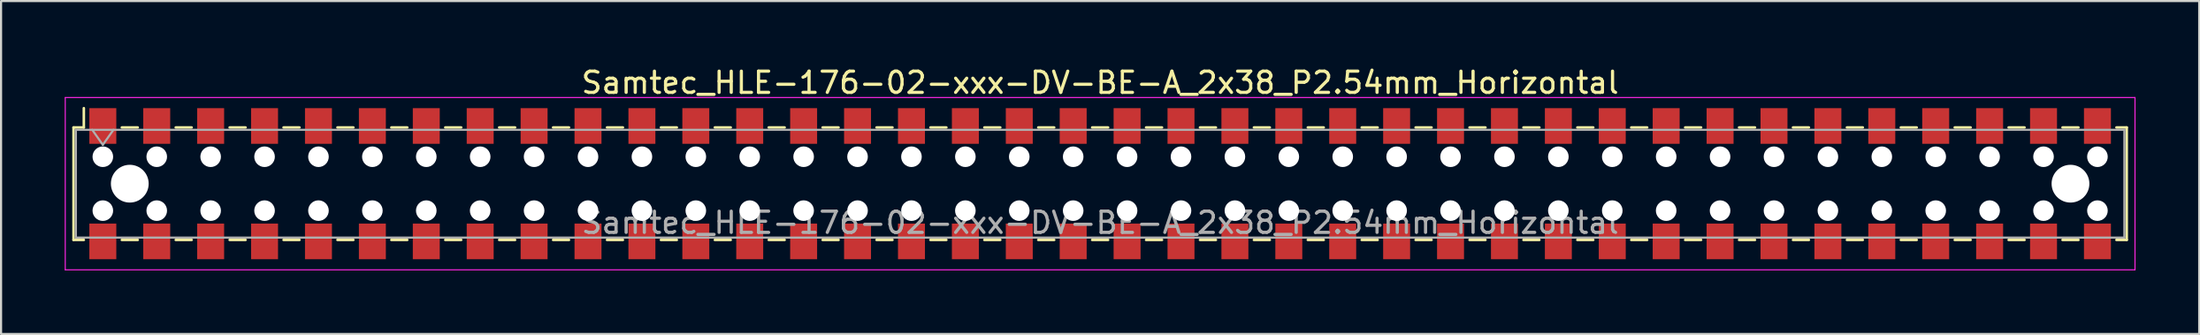
<source format=kicad_pcb>
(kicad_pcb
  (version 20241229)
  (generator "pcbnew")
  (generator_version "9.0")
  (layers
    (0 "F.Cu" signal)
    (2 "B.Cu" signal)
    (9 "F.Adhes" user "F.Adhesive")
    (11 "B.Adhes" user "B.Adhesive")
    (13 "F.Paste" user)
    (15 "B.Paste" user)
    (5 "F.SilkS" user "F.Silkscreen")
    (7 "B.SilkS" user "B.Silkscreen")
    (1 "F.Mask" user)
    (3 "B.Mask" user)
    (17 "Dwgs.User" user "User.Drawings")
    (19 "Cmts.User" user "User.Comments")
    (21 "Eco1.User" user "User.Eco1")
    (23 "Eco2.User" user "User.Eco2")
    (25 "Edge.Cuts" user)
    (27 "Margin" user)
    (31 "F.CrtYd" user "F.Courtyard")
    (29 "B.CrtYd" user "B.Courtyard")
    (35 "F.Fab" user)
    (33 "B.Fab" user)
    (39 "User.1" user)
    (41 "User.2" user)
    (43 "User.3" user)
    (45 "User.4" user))
  (footprint "Samtec_HLE-176-02-xxx-DV-BE-A_2x38_P2.54mm_Horizontal"
    (layer "F.Cu")
    (at 48.785 5.608)
    (property "Reference" "Samtec_HLE-176-02-xxx-DV-BE-A_2x38_P2.54mm_Horizontal" (at 0 -4.76 0) (layer "F.SilkS") (effects (font (size 1 1) (thickness 0.15))))
    (attr smd)
    (fp_line (start -48.37 -2.65) (end -48.37 2.65) (stroke (width 0.12) (type solid)) (layer "F.SilkS"))
    (fp_line (start -48.37 2.65) (end -47.885 2.65) (stroke (width 0.12) (type solid)) (layer "F.SilkS"))
    (fp_line (start -47.885 -3.56) (end -47.885 -2.65) (stroke (width 0.12) (type solid)) (layer "F.SilkS"))
    (fp_line (start -47.885 -2.65) (end -48.37 -2.65) (stroke (width 0.12) (type solid)) (layer "F.SilkS"))
    (fp_line (start -46.095 -2.65) (end -45.345 -2.65) (stroke (width 0.12) (type solid)) (layer "F.SilkS"))
    (fp_line (start -46.095 2.65) (end -45.345 2.65) (stroke (width 0.12) (type solid)) (layer "F.SilkS"))
    (fp_line (start -43.555 -2.65) (end -42.805 -2.65) (stroke (width 0.12) (type solid)) (layer "F.SilkS"))
    (fp_line (start -43.555 2.65) (end -42.805 2.65) (stroke (width 0.12) (type solid)) (layer "F.SilkS"))
    (fp_line (start -41.015 -2.65) (end -40.265 -2.65) (stroke (width 0.12) (type solid)) (layer "F.SilkS"))
    (fp_line (start -41.015 2.65) (end -40.265 2.65) (stroke (width 0.12) (type solid)) (layer "F.SilkS"))
    (fp_line (start -38.475 -2.65) (end -37.725 -2.65) (stroke (width 0.12) (type solid)) (layer "F.SilkS"))
    (fp_line (start -38.475 2.65) (end -37.725 2.65) (stroke (width 0.12) (type solid)) (layer "F.SilkS"))
    (fp_line (start -35.935 -2.65) (end -35.185 -2.65) (stroke (width 0.12) (type solid)) (layer "F.SilkS"))
    (fp_line (start -35.935 2.65) (end -35.185 2.65) (stroke (width 0.12) (type solid)) (layer "F.SilkS"))
    (fp_line (start -33.395 -2.65) (end -32.645 -2.65) (stroke (width 0.12) (type solid)) (layer "F.SilkS"))
    (fp_line (start -33.395 2.65) (end -32.645 2.65) (stroke (width 0.12) (type solid)) (layer "F.SilkS"))
    (fp_line (start -30.855 -2.65) (end -30.105 -2.65) (stroke (width 0.12) (type solid)) (layer "F.SilkS"))
    (fp_line (start -30.855 2.65) (end -30.105 2.65) (stroke (width 0.12) (type solid)) (layer "F.SilkS"))
    (fp_line (start -28.315 -2.65) (end -27.565 -2.65) (stroke (width 0.12) (type solid)) (layer "F.SilkS"))
    (fp_line (start -28.315 2.65) (end -27.565 2.65) (stroke (width 0.12) (type solid)) (layer "F.SilkS"))
    (fp_line (start -25.775 -2.65) (end -25.025 -2.65) (stroke (width 0.12) (type solid)) (layer "F.SilkS"))
    (fp_line (start -25.775 2.65) (end -25.025 2.65) (stroke (width 0.12) (type solid)) (layer "F.SilkS"))
    (fp_line (start -23.235 -2.65) (end -22.485 -2.65) (stroke (width 0.12) (type solid)) (layer "F.SilkS"))
    (fp_line (start -23.235 2.65) (end -22.485 2.65) (stroke (width 0.12) (type solid)) (layer "F.SilkS"))
    (fp_line (start -20.695 -2.65) (end -19.945 -2.65) (stroke (width 0.12) (type solid)) (layer "F.SilkS"))
    (fp_line (start -20.695 2.65) (end -19.945 2.65) (stroke (width 0.12) (type solid)) (layer "F.SilkS"))
    (fp_line (start -18.155 -2.65) (end -17.405 -2.65) (stroke (width 0.12) (type solid)) (layer "F.SilkS"))
    (fp_line (start -18.155 2.65) (end -17.405 2.65) (stroke (width 0.12) (type solid)) (layer "F.SilkS"))
    (fp_line (start -15.615 -2.65) (end -14.865 -2.65) (stroke (width 0.12) (type solid)) (layer "F.SilkS"))
    (fp_line (start -15.615 2.65) (end -14.865 2.65) (stroke (width 0.12) (type solid)) (layer "F.SilkS"))
    (fp_line (start -13.075 -2.65) (end -12.325 -2.65) (stroke (width 0.12) (type solid)) (layer "F.SilkS"))
    (fp_line (start -13.075 2.65) (end -12.325 2.65) (stroke (width 0.12) (type solid)) (layer "F.SilkS"))
    (fp_line (start -10.535 -2.65) (end -9.785 -2.65) (stroke (width 0.12) (type solid)) (layer "F.SilkS"))
    (fp_line (start -10.535 2.65) (end -9.785 2.65) (stroke (width 0.12) (type solid)) (layer "F.SilkS"))
    (fp_line (start -7.995 -2.65) (end -7.245 -2.65) (stroke (width 0.12) (type solid)) (layer "F.SilkS"))
    (fp_line (start -7.995 2.65) (end -7.245 2.65) (stroke (width 0.12) (type solid)) (layer "F.SilkS"))
    (fp_line (start -5.455 -2.65) (end -4.705 -2.65) (stroke (width 0.12) (type solid)) (layer "F.SilkS"))
    (fp_line (start -5.455 2.65) (end -4.705 2.65) (stroke (width 0.12) (type solid)) (layer "F.SilkS"))
    (fp_line (start -2.915 -2.65) (end -2.165 -2.65) (stroke (width 0.12) (type solid)) (layer "F.SilkS"))
    (fp_line (start -2.915 2.65) (end -2.165 2.65) (stroke (width 0.12) (type solid)) (layer "F.SilkS"))
    (fp_line (start -0.375 -2.65) (end 0.375 -2.65) (stroke (width 0.12) (type solid)) (layer "F.SilkS"))
    (fp_line (start -0.375 2.65) (end 0.375 2.65) (stroke (width 0.12) (type solid)) (layer "F.SilkS"))
    (fp_line (start 2.165 -2.65) (end 2.915 -2.65) (stroke (width 0.12) (type solid)) (layer "F.SilkS"))
    (fp_line (start 2.165 2.65) (end 2.915 2.65) (stroke (width 0.12) (type solid)) (layer "F.SilkS"))
    (fp_line (start 4.705 -2.65) (end 5.455 -2.65) (stroke (width 0.12) (type solid)) (layer "F.SilkS"))
    (fp_line (start 4.705 2.65) (end 5.455 2.65) (stroke (width 0.12) (type solid)) (layer "F.SilkS"))
    (fp_line (start 7.245 -2.65) (end 7.995 -2.65) (stroke (width 0.12) (type solid)) (layer "F.SilkS"))
    (fp_line (start 7.245 2.65) (end 7.995 2.65) (stroke (width 0.12) (type solid)) (layer "F.SilkS"))
    (fp_line (start 9.785 -2.65) (end 10.535 -2.65) (stroke (width 0.12) (type solid)) (layer "F.SilkS"))
    (fp_line (start 9.785 2.65) (end 10.535 2.65) (stroke (width 0.12) (type solid)) (layer "F.SilkS"))
    (fp_line (start 12.325 -2.65) (end 13.075 -2.65) (stroke (width 0.12) (type solid)) (layer "F.SilkS"))
    (fp_line (start 12.325 2.65) (end 13.075 2.65) (stroke (width 0.12) (type solid)) (layer "F.SilkS"))
    (fp_line (start 14.865 -2.65) (end 15.615 -2.65) (stroke (width 0.12) (type solid)) (layer "F.SilkS"))
    (fp_line (start 14.865 2.65) (end 15.615 2.65) (stroke (width 0.12) (type solid)) (layer "F.SilkS"))
    (fp_line (start 17.405 -2.65) (end 18.155 -2.65) (stroke (width 0.12) (type solid)) (layer "F.SilkS"))
    (fp_line (start 17.405 2.65) (end 18.155 2.65) (stroke (width 0.12) (type solid)) (layer "F.SilkS"))
    (fp_line (start 19.945 -2.65) (end 20.695 -2.65) (stroke (width 0.12) (type solid)) (layer "F.SilkS"))
    (fp_line (start 19.945 2.65) (end 20.695 2.65) (stroke (width 0.12) (type solid)) (layer "F.SilkS"))
    (fp_line (start 22.485 -2.65) (end 23.235 -2.65) (stroke (width 0.12) (type solid)) (layer "F.SilkS"))
    (fp_line (start 22.485 2.65) (end 23.235 2.65) (stroke (width 0.12) (type solid)) (layer "F.SilkS"))
    (fp_line (start 25.025 -2.65) (end 25.775 -2.65) (stroke (width 0.12) (type solid)) (layer "F.SilkS"))
    (fp_line (start 25.025 2.65) (end 25.775 2.65) (stroke (width 0.12) (type solid)) (layer "F.SilkS"))
    (fp_line (start 27.565 -2.65) (end 28.315 -2.65) (stroke (width 0.12) (type solid)) (layer "F.SilkS"))
    (fp_line (start 27.565 2.65) (end 28.315 2.65) (stroke (width 0.12) (type solid)) (layer "F.SilkS"))
    (fp_line (start 30.105 -2.65) (end 30.855 -2.65) (stroke (width 0.12) (type solid)) (layer "F.SilkS"))
    (fp_line (start 30.105 2.65) (end 30.855 2.65) (stroke (width 0.12) (type solid)) (layer "F.SilkS"))
    (fp_line (start 32.645 -2.65) (end 33.395 -2.65) (stroke (width 0.12) (type solid)) (layer "F.SilkS"))
    (fp_line (start 32.645 2.65) (end 33.395 2.65) (stroke (width 0.12) (type solid)) (layer "F.SilkS"))
    (fp_line (start 35.185 -2.65) (end 35.935 -2.65) (stroke (width 0.12) (type solid)) (layer "F.SilkS"))
    (fp_line (start 35.185 2.65) (end 35.935 2.65) (stroke (width 0.12) (type solid)) (layer "F.SilkS"))
    (fp_line (start 37.725 -2.65) (end 38.475 -2.65) (stroke (width 0.12) (type solid)) (layer "F.SilkS"))
    (fp_line (start 37.725 2.65) (end 38.475 2.65) (stroke (width 0.12) (type solid)) (layer "F.SilkS"))
    (fp_line (start 40.265 -2.65) (end 41.015 -2.65) (stroke (width 0.12) (type solid)) (layer "F.SilkS"))
    (fp_line (start 40.265 2.65) (end 41.015 2.65) (stroke (width 0.12) (type solid)) (layer "F.SilkS"))
    (fp_line (start 42.805 -2.65) (end 43.555 -2.65) (stroke (width 0.12) (type solid)) (layer "F.SilkS"))
    (fp_line (start 42.805 2.65) (end 43.555 2.65) (stroke (width 0.12) (type solid)) (layer "F.SilkS"))
    (fp_line (start 45.345 -2.65) (end 46.095 -2.65) (stroke (width 0.12) (type solid)) (layer "F.SilkS"))
    (fp_line (start 45.345 2.65) (end 46.095 2.65) (stroke (width 0.12) (type solid)) (layer "F.SilkS"))
    (fp_line (start 47.885 -2.65) (end 48.37 -2.65) (stroke (width 0.12) (type solid)) (layer "F.SilkS"))
    (fp_line (start 48.37 -2.65) (end 48.37 2.65) (stroke (width 0.12) (type solid)) (layer "F.SilkS"))
    (fp_line (start 48.37 2.65) (end 47.885 2.65) (stroke (width 0.12) (type solid)) (layer "F.SilkS"))
    (fp_line (start -48.76 -4.06) (end 48.76 -4.06) (stroke (width 0.05) (type solid)) (layer "F.CrtYd"))
    (fp_line (start -48.76 4.06) (end -48.76 -4.06) (stroke (width 0.05) (type solid)) (layer "F.CrtYd"))
    (fp_line (start 48.76 -4.06) (end 48.76 4.06) (stroke (width 0.05) (type solid)) (layer "F.CrtYd"))
    (fp_line (start 48.76 4.06) (end -48.76 4.06) (stroke (width 0.05) (type solid)) (layer "F.CrtYd"))
    (fp_line (start -48.26 -2.54) (end 48.26 -2.54) (stroke (width 0.1) (type solid)) (layer "F.Fab"))
    (fp_line (start -48.26 2.54) (end -48.26 -2.54) (stroke (width 0.1) (type solid)) (layer "F.Fab"))
    (fp_line (start -47.49 -2.54) (end -46.99 -1.833) (stroke (width 0.1) (type solid)) (layer "F.Fab"))
    (fp_line (start -46.99 -1.833) (end -46.49 -2.54) (stroke (width 0.1) (type solid)) (layer "F.Fab"))
    (fp_line (start 48.26 -2.54) (end 48.26 2.54) (stroke (width 0.1) (type solid)) (layer "F.Fab"))
    (fp_line (start 48.26 2.54) (end -48.26 2.54) (stroke (width 0.1) (type solid)) (layer "F.Fab"))
    (fp_text user "${REFERENCE}" (at 0 1.84 0) (layer "F.Fab") (effects (font (size 1 1) (thickness 0.15))))
    (pad "" np_thru_hole circle (at -46.99 -1.27) (size 0.97 0.97) (drill 0.97) (layers "*.Cu" "*.Mask"))
    (pad "" np_thru_hole circle (at -46.99 1.27) (size 0.97 0.97) (drill 0.97) (layers "*.Cu" "*.Mask"))
    (pad "" np_thru_hole circle (at -45.72 0) (size 1.78 1.78) (drill 1.78) (layers "*.Cu" "*.Mask"))
    (pad "" np_thru_hole circle (at -44.45 -1.27) (size 0.97 0.97) (drill 0.97) (layers "*.Cu" "*.Mask"))
    (pad "" np_thru_hole circle (at -44.45 1.27) (size 0.97 0.97) (drill 0.97) (layers "*.Cu" "*.Mask"))
    (pad "" np_thru_hole circle (at -41.91 -1.27) (size 0.97 0.97) (drill 0.97) (layers "*.Cu" "*.Mask"))
    (pad "" np_thru_hole circle (at -41.91 1.27) (size 0.97 0.97) (drill 0.97) (layers "*.Cu" "*.Mask"))
    (pad "" np_thru_hole circle (at -39.37 -1.27) (size 0.97 0.97) (drill 0.97) (layers "*.Cu" "*.Mask"))
    (pad "" np_thru_hole circle (at -39.37 1.27) (size 0.97 0.97) (drill 0.97) (layers "*.Cu" "*.Mask"))
    (pad "" np_thru_hole circle (at -36.83 -1.27) (size 0.97 0.97) (drill 0.97) (layers "*.Cu" "*.Mask"))
    (pad "" np_thru_hole circle (at -36.83 1.27) (size 0.97 0.97) (drill 0.97) (layers "*.Cu" "*.Mask"))
    (pad "" np_thru_hole circle (at -34.29 -1.27) (size 0.97 0.97) (drill 0.97) (layers "*.Cu" "*.Mask"))
    (pad "" np_thru_hole circle (at -34.29 1.27) (size 0.97 0.97) (drill 0.97) (layers "*.Cu" "*.Mask"))
    (pad "" np_thru_hole circle (at -31.75 -1.27) (size 0.97 0.97) (drill 0.97) (layers "*.Cu" "*.Mask"))
    (pad "" np_thru_hole circle (at -31.75 1.27) (size 0.97 0.97) (drill 0.97) (layers "*.Cu" "*.Mask"))
    (pad "" np_thru_hole circle (at -29.21 -1.27) (size 0.97 0.97) (drill 0.97) (layers "*.Cu" "*.Mask"))
    (pad "" np_thru_hole circle (at -29.21 1.27) (size 0.97 0.97) (drill 0.97) (layers "*.Cu" "*.Mask"))
    (pad "" np_thru_hole circle (at -26.67 -1.27) (size 0.97 0.97) (drill 0.97) (layers "*.Cu" "*.Mask"))
    (pad "" np_thru_hole circle (at -26.67 1.27) (size 0.97 0.97) (drill 0.97) (layers "*.Cu" "*.Mask"))
    (pad "" np_thru_hole circle (at -24.13 -1.27) (size 0.97 0.97) (drill 0.97) (layers "*.Cu" "*.Mask"))
    (pad "" np_thru_hole circle (at -24.13 1.27) (size 0.97 0.97) (drill 0.97) (layers "*.Cu" "*.Mask"))
    (pad "" np_thru_hole circle (at -21.59 -1.27) (size 0.97 0.97) (drill 0.97) (layers "*.Cu" "*.Mask"))
    (pad "" np_thru_hole circle (at -21.59 1.27) (size 0.97 0.97) (drill 0.97) (layers "*.Cu" "*.Mask"))
    (pad "" np_thru_hole circle (at -19.05 -1.27) (size 0.97 0.97) (drill 0.97) (layers "*.Cu" "*.Mask"))
    (pad "" np_thru_hole circle (at -19.05 1.27) (size 0.97 0.97) (drill 0.97) (layers "*.Cu" "*.Mask"))
    (pad "" np_thru_hole circle (at -16.51 -1.27) (size 0.97 0.97) (drill 0.97) (layers "*.Cu" "*.Mask"))
    (pad "" np_thru_hole circle (at -16.51 1.27) (size 0.97 0.97) (drill 0.97) (layers "*.Cu" "*.Mask"))
    (pad "" np_thru_hole circle (at -13.97 -1.27) (size 0.97 0.97) (drill 0.97) (layers "*.Cu" "*.Mask"))
    (pad "" np_thru_hole circle (at -13.97 1.27) (size 0.97 0.97) (drill 0.97) (layers "*.Cu" "*.Mask"))
    (pad "" np_thru_hole circle (at -11.43 -1.27) (size 0.97 0.97) (drill 0.97) (layers "*.Cu" "*.Mask"))
    (pad "" np_thru_hole circle (at -11.43 1.27) (size 0.97 0.97) (drill 0.97) (layers "*.Cu" "*.Mask"))
    (pad "" np_thru_hole circle (at -8.89 -1.27) (size 0.97 0.97) (drill 0.97) (layers "*.Cu" "*.Mask"))
    (pad "" np_thru_hole circle (at -8.89 1.27) (size 0.97 0.97) (drill 0.97) (layers "*.Cu" "*.Mask"))
    (pad "" np_thru_hole circle (at -6.35 -1.27) (size 0.97 0.97) (drill 0.97) (layers "*.Cu" "*.Mask"))
    (pad "" np_thru_hole circle (at -6.35 1.27) (size 0.97 0.97) (drill 0.97) (layers "*.Cu" "*.Mask"))
    (pad "" np_thru_hole circle (at -3.81 -1.27) (size 0.97 0.97) (drill 0.97) (layers "*.Cu" "*.Mask"))
    (pad "" np_thru_hole circle (at -3.81 1.27) (size 0.97 0.97) (drill 0.97) (layers "*.Cu" "*.Mask"))
    (pad "" np_thru_hole circle (at -1.27 -1.27) (size 0.97 0.97) (drill 0.97) (layers "*.Cu" "*.Mask"))
    (pad "" np_thru_hole circle (at -1.27 1.27) (size 0.97 0.97) (drill 0.97) (layers "*.Cu" "*.Mask"))
    (pad "" np_thru_hole circle (at 1.27 -1.27) (size 0.97 0.97) (drill 0.97) (layers "*.Cu" "*.Mask"))
    (pad "" np_thru_hole circle (at 1.27 1.27) (size 0.97 0.97) (drill 0.97) (layers "*.Cu" "*.Mask"))
    (pad "" np_thru_hole circle (at 3.81 -1.27) (size 0.97 0.97) (drill 0.97) (layers "*.Cu" "*.Mask"))
    (pad "" np_thru_hole circle (at 3.81 1.27) (size 0.97 0.97) (drill 0.97) (layers "*.Cu" "*.Mask"))
    (pad "" np_thru_hole circle (at 6.35 -1.27) (size 0.97 0.97) (drill 0.97) (layers "*.Cu" "*.Mask"))
    (pad "" np_thru_hole circle (at 6.35 1.27) (size 0.97 0.97) (drill 0.97) (layers "*.Cu" "*.Mask"))
    (pad "" np_thru_hole circle (at 8.89 -1.27) (size 0.97 0.97) (drill 0.97) (layers "*.Cu" "*.Mask"))
    (pad "" np_thru_hole circle (at 8.89 1.27) (size 0.97 0.97) (drill 0.97) (layers "*.Cu" "*.Mask"))
    (pad "" np_thru_hole circle (at 11.43 -1.27) (size 0.97 0.97) (drill 0.97) (layers "*.Cu" "*.Mask"))
    (pad "" np_thru_hole circle (at 11.43 1.27) (size 0.97 0.97) (drill 0.97) (layers "*.Cu" "*.Mask"))
    (pad "" np_thru_hole circle (at 13.97 -1.27) (size 0.97 0.97) (drill 0.97) (layers "*.Cu" "*.Mask"))
    (pad "" np_thru_hole circle (at 13.97 1.27) (size 0.97 0.97) (drill 0.97) (layers "*.Cu" "*.Mask"))
    (pad "" np_thru_hole circle (at 16.51 -1.27) (size 0.97 0.97) (drill 0.97) (layers "*.Cu" "*.Mask"))
    (pad "" np_thru_hole circle (at 16.51 1.27) (size 0.97 0.97) (drill 0.97) (layers "*.Cu" "*.Mask"))
    (pad "" np_thru_hole circle (at 19.05 -1.27) (size 0.97 0.97) (drill 0.97) (layers "*.Cu" "*.Mask"))
    (pad "" np_thru_hole circle (at 19.05 1.27) (size 0.97 0.97) (drill 0.97) (layers "*.Cu" "*.Mask"))
    (pad "" np_thru_hole circle (at 21.59 -1.27) (size 0.97 0.97) (drill 0.97) (layers "*.Cu" "*.Mask"))
    (pad "" np_thru_hole circle (at 21.59 1.27) (size 0.97 0.97) (drill 0.97) (layers "*.Cu" "*.Mask"))
    (pad "" np_thru_hole circle (at 24.13 -1.27) (size 0.97 0.97) (drill 0.97) (layers "*.Cu" "*.Mask"))
    (pad "" np_thru_hole circle (at 24.13 1.27) (size 0.97 0.97) (drill 0.97) (layers "*.Cu" "*.Mask"))
    (pad "" np_thru_hole circle (at 26.67 -1.27) (size 0.97 0.97) (drill 0.97) (layers "*.Cu" "*.Mask"))
    (pad "" np_thru_hole circle (at 26.67 1.27) (size 0.97 0.97) (drill 0.97) (layers "*.Cu" "*.Mask"))
    (pad "" np_thru_hole circle (at 29.21 -1.27) (size 0.97 0.97) (drill 0.97) (layers "*.Cu" "*.Mask"))
    (pad "" np_thru_hole circle (at 29.21 1.27) (size 0.97 0.97) (drill 0.97) (layers "*.Cu" "*.Mask"))
    (pad "" np_thru_hole circle (at 31.75 -1.27) (size 0.97 0.97) (drill 0.97) (layers "*.Cu" "*.Mask"))
    (pad "" np_thru_hole circle (at 31.75 1.27) (size 0.97 0.97) (drill 0.97) (layers "*.Cu" "*.Mask"))
    (pad "" np_thru_hole circle (at 34.29 -1.27) (size 0.97 0.97) (drill 0.97) (layers "*.Cu" "*.Mask"))
    (pad "" np_thru_hole circle (at 34.29 1.27) (size 0.97 0.97) (drill 0.97) (layers "*.Cu" "*.Mask"))
    (pad "" np_thru_hole circle (at 36.83 -1.27) (size 0.97 0.97) (drill 0.97) (layers "*.Cu" "*.Mask"))
    (pad "" np_thru_hole circle (at 36.83 1.27) (size 0.97 0.97) (drill 0.97) (layers "*.Cu" "*.Mask"))
    (pad "" np_thru_hole circle (at 39.37 -1.27) (size 0.97 0.97) (drill 0.97) (layers "*.Cu" "*.Mask"))
    (pad "" np_thru_hole circle (at 39.37 1.27) (size 0.97 0.97) (drill 0.97) (layers "*.Cu" "*.Mask"))
    (pad "" np_thru_hole circle (at 41.91 -1.27) (size 0.97 0.97) (drill 0.97) (layers "*.Cu" "*.Mask"))
    (pad "" np_thru_hole circle (at 41.91 1.27) (size 0.97 0.97) (drill 0.97) (layers "*.Cu" "*.Mask"))
    (pad "" np_thru_hole circle (at 44.45 -1.27) (size 0.97 0.97) (drill 0.97) (layers "*.Cu" "*.Mask"))
    (pad "" np_thru_hole circle (at 44.45 1.27) (size 0.97 0.97) (drill 0.97) (layers "*.Cu" "*.Mask"))
    (pad "" np_thru_hole circle (at 45.72 0) (size 1.78 1.78) (drill 1.78) (layers "*.Cu" "*.Mask"))
    (pad "" np_thru_hole circle (at 46.99 -1.27) (size 0.97 0.97) (drill 0.97) (layers "*.Cu" "*.Mask"))
    (pad "" np_thru_hole circle (at 46.99 1.27) (size 0.97 0.97) (drill 0.97) (layers "*.Cu" "*.Mask"))
    (pad "1" smd rect (at -46.99 -2.72) (size 1.27 1.68) (layers "F.Cu" "F.Mask" "F.Paste"))
    (pad "2" smd rect (at -46.99 2.72) (size 1.27 1.68) (layers "F.Cu" "F.Mask" "F.Paste"))
    (pad "3" smd rect (at -44.45 -2.72) (size 1.27 1.68) (layers "F.Cu" "F.Mask" "F.Paste"))
    (pad "4" smd rect (at -44.45 2.72) (size 1.27 1.68) (layers "F.Cu" "F.Mask" "F.Paste"))
    (pad "5" smd rect (at -41.91 -2.72) (size 1.27 1.68) (layers "F.Cu" "F.Mask" "F.Paste"))
    (pad "6" smd rect (at -41.91 2.72) (size 1.27 1.68) (layers "F.Cu" "F.Mask" "F.Paste"))
    (pad "7" smd rect (at -39.37 -2.72) (size 1.27 1.68) (layers "F.Cu" "F.Mask" "F.Paste"))
    (pad "8" smd rect (at -39.37 2.72) (size 1.27 1.68) (layers "F.Cu" "F.Mask" "F.Paste"))
    (pad "9" smd rect (at -36.83 -2.72) (size 1.27 1.68) (layers "F.Cu" "F.Mask" "F.Paste"))
    (pad "10" smd rect (at -36.83 2.72) (size 1.27 1.68) (layers "F.Cu" "F.Mask" "F.Paste"))
    (pad "11" smd rect (at -34.29 -2.72) (size 1.27 1.68) (layers "F.Cu" "F.Mask" "F.Paste"))
    (pad "12" smd rect (at -34.29 2.72) (size 1.27 1.68) (layers "F.Cu" "F.Mask" "F.Paste"))
    (pad "13" smd rect (at -31.75 -2.72) (size 1.27 1.68) (layers "F.Cu" "F.Mask" "F.Paste"))
    (pad "14" smd rect (at -31.75 2.72) (size 1.27 1.68) (layers "F.Cu" "F.Mask" "F.Paste"))
    (pad "15" smd rect (at -29.21 -2.72) (size 1.27 1.68) (layers "F.Cu" "F.Mask" "F.Paste"))
    (pad "16" smd rect (at -29.21 2.72) (size 1.27 1.68) (layers "F.Cu" "F.Mask" "F.Paste"))
    (pad "17" smd rect (at -26.67 -2.72) (size 1.27 1.68) (layers "F.Cu" "F.Mask" "F.Paste"))
    (pad "18" smd rect (at -26.67 2.72) (size 1.27 1.68) (layers "F.Cu" "F.Mask" "F.Paste"))
    (pad "19" smd rect (at -24.13 -2.72) (size 1.27 1.68) (layers "F.Cu" "F.Mask" "F.Paste"))
    (pad "20" smd rect (at -24.13 2.72) (size 1.27 1.68) (layers "F.Cu" "F.Mask" "F.Paste"))
    (pad "21" smd rect (at -21.59 -2.72) (size 1.27 1.68) (layers "F.Cu" "F.Mask" "F.Paste"))
    (pad "22" smd rect (at -21.59 2.72) (size 1.27 1.68) (layers "F.Cu" "F.Mask" "F.Paste"))
    (pad "23" smd rect (at -19.05 -2.72) (size 1.27 1.68) (layers "F.Cu" "F.Mask" "F.Paste"))
    (pad "24" smd rect (at -19.05 2.72) (size 1.27 1.68) (layers "F.Cu" "F.Mask" "F.Paste"))
    (pad "25" smd rect (at -16.51 -2.72) (size 1.27 1.68) (layers "F.Cu" "F.Mask" "F.Paste"))
    (pad "26" smd rect (at -16.51 2.72) (size 1.27 1.68) (layers "F.Cu" "F.Mask" "F.Paste"))
    (pad "27" smd rect (at -13.97 -2.72) (size 1.27 1.68) (layers "F.Cu" "F.Mask" "F.Paste"))
    (pad "28" smd rect (at -13.97 2.72) (size 1.27 1.68) (layers "F.Cu" "F.Mask" "F.Paste"))
    (pad "29" smd rect (at -11.43 -2.72) (size 1.27 1.68) (layers "F.Cu" "F.Mask" "F.Paste"))
    (pad "30" smd rect (at -11.43 2.72) (size 1.27 1.68) (layers "F.Cu" "F.Mask" "F.Paste"))
    (pad "31" smd rect (at -8.89 -2.72) (size 1.27 1.68) (layers "F.Cu" "F.Mask" "F.Paste"))
    (pad "32" smd rect (at -8.89 2.72) (size 1.27 1.68) (layers "F.Cu" "F.Mask" "F.Paste"))
    (pad "33" smd rect (at -6.35 -2.72) (size 1.27 1.68) (layers "F.Cu" "F.Mask" "F.Paste"))
    (pad "34" smd rect (at -6.35 2.72) (size 1.27 1.68) (layers "F.Cu" "F.Mask" "F.Paste"))
    (pad "35" smd rect (at -3.81 -2.72) (size 1.27 1.68) (layers "F.Cu" "F.Mask" "F.Paste"))
    (pad "36" smd rect (at -3.81 2.72) (size 1.27 1.68) (layers "F.Cu" "F.Mask" "F.Paste"))
    (pad "37" smd rect (at -1.27 -2.72) (size 1.27 1.68) (layers "F.Cu" "F.Mask" "F.Paste"))
    (pad "38" smd rect (at -1.27 2.72) (size 1.27 1.68) (layers "F.Cu" "F.Mask" "F.Paste"))
    (pad "39" smd rect (at 1.27 -2.72) (size 1.27 1.68) (layers "F.Cu" "F.Mask" "F.Paste"))
    (pad "40" smd rect (at 1.27 2.72) (size 1.27 1.68) (layers "F.Cu" "F.Mask" "F.Paste"))
    (pad "41" smd rect (at 3.81 -2.72) (size 1.27 1.68) (layers "F.Cu" "F.Mask" "F.Paste"))
    (pad "42" smd rect (at 3.81 2.72) (size 1.27 1.68) (layers "F.Cu" "F.Mask" "F.Paste"))
    (pad "43" smd rect (at 6.35 -2.72) (size 1.27 1.68) (layers "F.Cu" "F.Mask" "F.Paste"))
    (pad "44" smd rect (at 6.35 2.72) (size 1.27 1.68) (layers "F.Cu" "F.Mask" "F.Paste"))
    (pad "45" smd rect (at 8.89 -2.72) (size 1.27 1.68) (layers "F.Cu" "F.Mask" "F.Paste"))
    (pad "46" smd rect (at 8.89 2.72) (size 1.27 1.68) (layers "F.Cu" "F.Mask" "F.Paste"))
    (pad "47" smd rect (at 11.43 -2.72) (size 1.27 1.68) (layers "F.Cu" "F.Mask" "F.Paste"))
    (pad "48" smd rect (at 11.43 2.72) (size 1.27 1.68) (layers "F.Cu" "F.Mask" "F.Paste"))
    (pad "49" smd rect (at 13.97 -2.72) (size 1.27 1.68) (layers "F.Cu" "F.Mask" "F.Paste"))
    (pad "50" smd rect (at 13.97 2.72) (size 1.27 1.68) (layers "F.Cu" "F.Mask" "F.Paste"))
    (pad "51" smd rect (at 16.51 -2.72) (size 1.27 1.68) (layers "F.Cu" "F.Mask" "F.Paste"))
    (pad "52" smd rect (at 16.51 2.72) (size 1.27 1.68) (layers "F.Cu" "F.Mask" "F.Paste"))
    (pad "53" smd rect (at 19.05 -2.72) (size 1.27 1.68) (layers "F.Cu" "F.Mask" "F.Paste"))
    (pad "54" smd rect (at 19.05 2.72) (size 1.27 1.68) (layers "F.Cu" "F.Mask" "F.Paste"))
    (pad "55" smd rect (at 21.59 -2.72) (size 1.27 1.68) (layers "F.Cu" "F.Mask" "F.Paste"))
    (pad "56" smd rect (at 21.59 2.72) (size 1.27 1.68) (layers "F.Cu" "F.Mask" "F.Paste"))
    (pad "57" smd rect (at 24.13 -2.72) (size 1.27 1.68) (layers "F.Cu" "F.Mask" "F.Paste"))
    (pad "58" smd rect (at 24.13 2.72) (size 1.27 1.68) (layers "F.Cu" "F.Mask" "F.Paste"))
    (pad "59" smd rect (at 26.67 -2.72) (size 1.27 1.68) (layers "F.Cu" "F.Mask" "F.Paste"))
    (pad "60" smd rect (at 26.67 2.72) (size 1.27 1.68) (layers "F.Cu" "F.Mask" "F.Paste"))
    (pad "61" smd rect (at 29.21 -2.72) (size 1.27 1.68) (layers "F.Cu" "F.Mask" "F.Paste"))
    (pad "62" smd rect (at 29.21 2.72) (size 1.27 1.68) (layers "F.Cu" "F.Mask" "F.Paste"))
    (pad "63" smd rect (at 31.75 -2.72) (size 1.27 1.68) (layers "F.Cu" "F.Mask" "F.Paste"))
    (pad "64" smd rect (at 31.75 2.72) (size 1.27 1.68) (layers "F.Cu" "F.Mask" "F.Paste"))
    (pad "65" smd rect (at 34.29 -2.72) (size 1.27 1.68) (layers "F.Cu" "F.Mask" "F.Paste"))
    (pad "66" smd rect (at 34.29 2.72) (size 1.27 1.68) (layers "F.Cu" "F.Mask" "F.Paste"))
    (pad "67" smd rect (at 36.83 -2.72) (size 1.27 1.68) (layers "F.Cu" "F.Mask" "F.Paste"))
    (pad "68" smd rect (at 36.83 2.72) (size 1.27 1.68) (layers "F.Cu" "F.Mask" "F.Paste"))
    (pad "69" smd rect (at 39.37 -2.72) (size 1.27 1.68) (layers "F.Cu" "F.Mask" "F.Paste"))
    (pad "70" smd rect (at 39.37 2.72) (size 1.27 1.68) (layers "F.Cu" "F.Mask" "F.Paste"))
    (pad "71" smd rect (at 41.91 -2.72) (size 1.27 1.68) (layers "F.Cu" "F.Mask" "F.Paste"))
    (pad "72" smd rect (at 41.91 2.72) (size 1.27 1.68) (layers "F.Cu" "F.Mask" "F.Paste"))
    (pad "73" smd rect (at 44.45 -2.72) (size 1.27 1.68) (layers "F.Cu" "F.Mask" "F.Paste"))
    (pad "74" smd rect (at 44.45 2.72) (size 1.27 1.68) (layers "F.Cu" "F.Mask" "F.Paste"))
    (pad "75" smd rect (at 46.99 -2.72) (size 1.27 1.68) (layers "F.Cu" "F.Mask" "F.Paste"))
    (pad "76" smd rect (at 46.99 2.72) (size 1.27 1.68) (layers "F.Cu" "F.Mask" "F.Paste")))
  (gr_rect
    (start -3 -3)
    (end 100.57 12.693)
    (stroke (width 0.1) (type default))
    (fill no)
    (layer "Edge.Cuts")))
</source>
